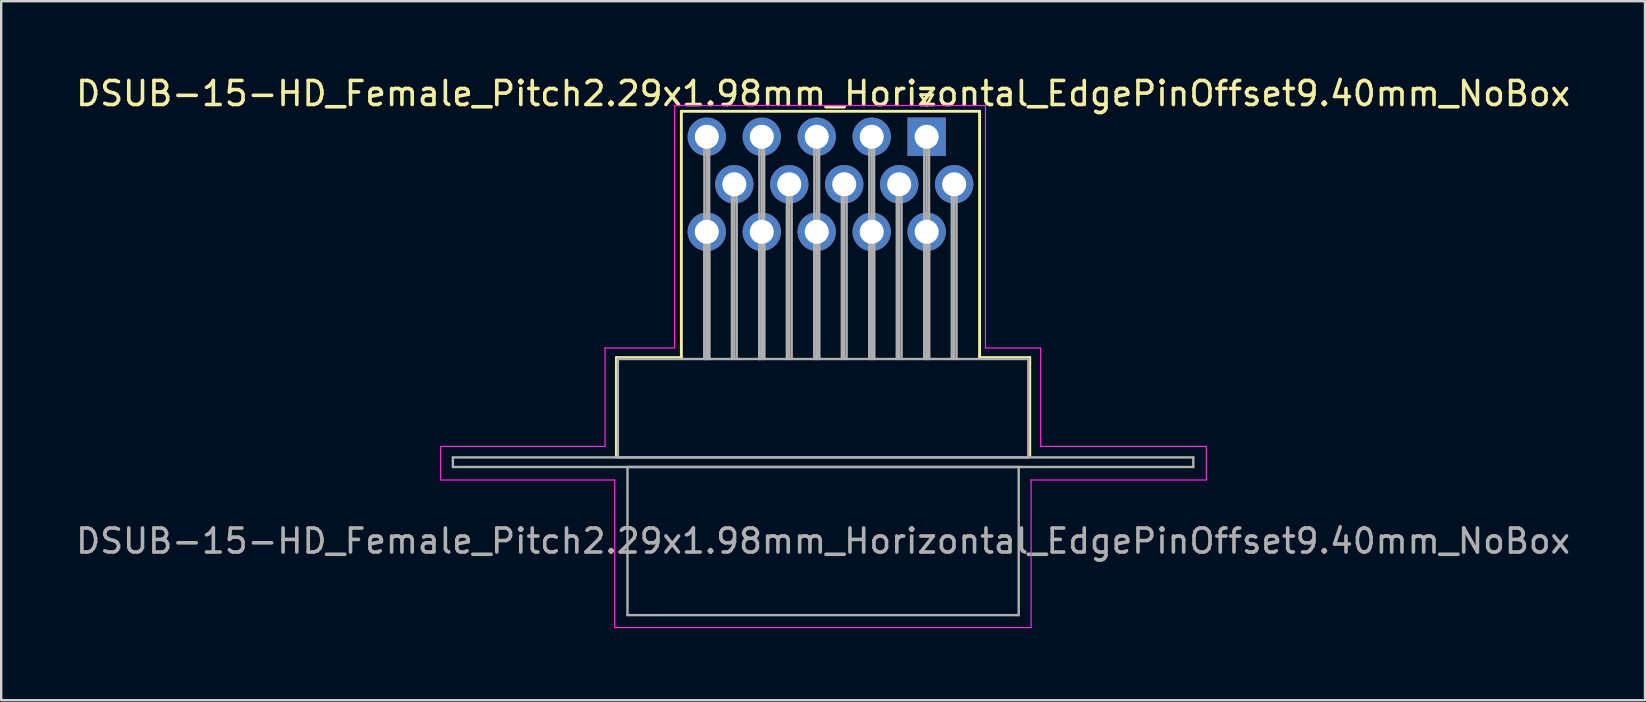
<source format=kicad_pcb>
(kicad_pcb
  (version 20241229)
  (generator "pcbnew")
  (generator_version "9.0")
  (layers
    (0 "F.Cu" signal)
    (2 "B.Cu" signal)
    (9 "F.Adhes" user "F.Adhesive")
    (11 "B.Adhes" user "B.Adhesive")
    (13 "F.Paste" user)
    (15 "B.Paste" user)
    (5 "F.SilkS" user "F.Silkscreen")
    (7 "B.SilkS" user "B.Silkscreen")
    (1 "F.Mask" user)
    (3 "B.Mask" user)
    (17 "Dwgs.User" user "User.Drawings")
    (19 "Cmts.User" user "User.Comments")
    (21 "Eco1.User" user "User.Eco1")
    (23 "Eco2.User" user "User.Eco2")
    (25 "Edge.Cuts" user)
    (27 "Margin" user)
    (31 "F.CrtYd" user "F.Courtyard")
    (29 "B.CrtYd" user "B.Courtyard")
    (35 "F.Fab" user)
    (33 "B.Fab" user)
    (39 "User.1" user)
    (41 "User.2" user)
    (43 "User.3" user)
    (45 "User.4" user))
  (footprint "DSUB-15-HD_Female_Pitch2.29x1.98mm_Horizontal_EdgePinOffset9.40mm_NoBox"
    (layer "F.Cu")
    (at 35.559 2.648)
    (property "Reference" "DSUB-15-HD_Female_Pitch2.29x1.98mm_Horizontal_EdgePinOffset9.40mm_NoBox" (at -4.315 -1.8 0) (layer "F.SilkS") (effects (font (size 1 1) (thickness 0.15))))
    (attr through_hole)
    (fp_line (start -12.925 9.2) (end -10.22 9.2) (stroke (width 0.12) (type solid)) (layer "F.SilkS"))
    (fp_line (start -12.925 13.3) (end -12.925 9.2) (stroke (width 0.12) (type solid)) (layer "F.SilkS"))
    (fp_line (start -10.22 -1.06) (end 2.205 -1.06) (stroke (width 0.12) (type solid)) (layer "F.SilkS"))
    (fp_line (start -10.22 9.2) (end -10.22 -1.06) (stroke (width 0.12) (type solid)) (layer "F.SilkS"))
    (fp_line (start -0.25 -1.754) (end 0.25 -1.754) (stroke (width 0.12) (type solid)) (layer "F.SilkS"))
    (fp_line (start 0 -1.321) (end -0.25 -1.754) (stroke (width 0.12) (type solid)) (layer "F.SilkS"))
    (fp_line (start 0.25 -1.754) (end 0 -1.321) (stroke (width 0.12) (type solid)) (layer "F.SilkS"))
    (fp_line (start 2.205 -1.06) (end 2.205 9.2) (stroke (width 0.12) (type solid)) (layer "F.SilkS"))
    (fp_line (start 2.205 9.2) (end 4.295 9.2) (stroke (width 0.12) (type solid)) (layer "F.SilkS"))
    (fp_line (start 4.295 9.2) (end 4.295 13.3) (stroke (width 0.12) (type solid)) (layer "F.SilkS"))
    (fp_line (start -20.25 12.9) (end -13.4 12.9) (stroke (width 0.05) (type solid)) (layer "F.CrtYd"))
    (fp_line (start -20.25 14.3) (end -20.25 12.9) (stroke (width 0.05) (type solid)) (layer "F.CrtYd"))
    (fp_line (start -13.4 8.8) (end -10.5 8.8) (stroke (width 0.05) (type solid)) (layer "F.CrtYd"))
    (fp_line (start -13.4 12.9) (end -13.4 8.8) (stroke (width 0.05) (type solid)) (layer "F.CrtYd"))
    (fp_line (start -13 14.3) (end -20.25 14.3) (stroke (width 0.05) (type solid)) (layer "F.CrtYd"))
    (fp_line (start -13 20.45) (end -13 14.3) (stroke (width 0.05) (type solid)) (layer "F.CrtYd"))
    (fp_line (start -10.5 -1.3) (end 2.45 -1.3) (stroke (width 0.05) (type solid)) (layer "F.CrtYd"))
    (fp_line (start -10.5 8.8) (end -10.5 -1.3) (stroke (width 0.05) (type solid)) (layer "F.CrtYd"))
    (fp_line (start 2.45 -1.3) (end 2.45 8.8) (stroke (width 0.05) (type solid)) (layer "F.CrtYd"))
    (fp_line (start 2.45 8.8) (end 4.75 8.8) (stroke (width 0.05) (type solid)) (layer "F.CrtYd"))
    (fp_line (start 4.35 14.3) (end 4.35 20.45) (stroke (width 0.05) (type solid)) (layer "F.CrtYd"))
    (fp_line (start 4.35 20.45) (end -13 20.45) (stroke (width 0.05) (type solid)) (layer "F.CrtYd"))
    (fp_line (start 4.75 8.8) (end 4.75 12.9) (stroke (width 0.05) (type solid)) (layer "F.CrtYd"))
    (fp_line (start 4.75 12.9) (end 11.65 12.9) (stroke (width 0.05) (type solid)) (layer "F.CrtYd"))
    (fp_line (start 11.65 12.9) (end 11.65 14.3) (stroke (width 0.05) (type solid)) (layer "F.CrtYd"))
    (fp_line (start 11.65 14.3) (end 4.35 14.3) (stroke (width 0.05) (type solid)) (layer "F.CrtYd"))
    (fp_line (start -19.74 13.36) (end -19.74 13.76) (stroke (width 0.1) (type solid)) (layer "F.Fab"))
    (fp_line (start -19.74 13.76) (end 11.11 13.76) (stroke (width 0.1) (type solid)) (layer "F.Fab"))
    (fp_line (start -12.865 9.26) (end -12.865 13.36) (stroke (width 0.1) (type solid)) (layer "F.Fab"))
    (fp_line (start -12.865 13.36) (end 4.235 13.36) (stroke (width 0.1) (type solid)) (layer "F.Fab"))
    (fp_line (start -12.465 13.76) (end -12.465 19.93) (stroke (width 0.1) (type solid)) (layer "F.Fab"))
    (fp_line (start -12.465 19.93) (end 3.835 19.93) (stroke (width 0.1) (type solid)) (layer "F.Fab"))
    (fp_line (start -9.26 0) (end -9.26 9.26) (stroke (width 0.1) (type solid)) (layer "F.Fab"))
    (fp_line (start -9.26 3.96) (end -9.26 9.26) (stroke (width 0.1) (type solid)) (layer "F.Fab"))
    (fp_line (start -9.16 0) (end -9.16 9.26) (stroke (width 0.1) (type solid)) (layer "F.Fab"))
    (fp_line (start -9.16 3.96) (end -9.16 9.26) (stroke (width 0.1) (type solid)) (layer "F.Fab"))
    (fp_line (start -9.06 0) (end -9.06 9.26) (stroke (width 0.1) (type solid)) (layer "F.Fab"))
    (fp_line (start -9.06 3.96) (end -9.06 9.26) (stroke (width 0.1) (type solid)) (layer "F.Fab"))
    (fp_line (start -8.115 1.98) (end -8.115 9.26) (stroke (width 0.1) (type solid)) (layer "F.Fab"))
    (fp_line (start -8.015 1.98) (end -8.015 9.26) (stroke (width 0.1) (type solid)) (layer "F.Fab"))
    (fp_line (start -7.915 1.98) (end -7.915 9.26) (stroke (width 0.1) (type solid)) (layer "F.Fab"))
    (fp_line (start -6.97 0) (end -6.97 9.26) (stroke (width 0.1) (type solid)) (layer "F.Fab"))
    (fp_line (start -6.97 3.96) (end -6.97 9.26) (stroke (width 0.1) (type solid)) (layer "F.Fab"))
    (fp_line (start -6.87 0) (end -6.87 9.26) (stroke (width 0.1) (type solid)) (layer "F.Fab"))
    (fp_line (start -6.87 3.96) (end -6.87 9.26) (stroke (width 0.1) (type solid)) (layer "F.Fab"))
    (fp_line (start -6.77 0) (end -6.77 9.26) (stroke (width 0.1) (type solid)) (layer "F.Fab"))
    (fp_line (start -6.77 3.96) (end -6.77 9.26) (stroke (width 0.1) (type solid)) (layer "F.Fab"))
    (fp_line (start -5.825 1.98) (end -5.825 9.26) (stroke (width 0.1) (type solid)) (layer "F.Fab"))
    (fp_line (start -5.725 1.98) (end -5.725 9.26) (stroke (width 0.1) (type solid)) (layer "F.Fab"))
    (fp_line (start -5.625 1.98) (end -5.625 9.26) (stroke (width 0.1) (type solid)) (layer "F.Fab"))
    (fp_line (start -4.68 0) (end -4.68 9.26) (stroke (width 0.1) (type solid)) (layer "F.Fab"))
    (fp_line (start -4.68 3.96) (end -4.68 9.26) (stroke (width 0.1) (type solid)) (layer "F.Fab"))
    (fp_line (start -4.58 0) (end -4.58 9.26) (stroke (width 0.1) (type solid)) (layer "F.Fab"))
    (fp_line (start -4.58 3.96) (end -4.58 9.26) (stroke (width 0.1) (type solid)) (layer "F.Fab"))
    (fp_line (start -4.48 0) (end -4.48 9.26) (stroke (width 0.1) (type solid)) (layer "F.Fab"))
    (fp_line (start -4.48 3.96) (end -4.48 9.26) (stroke (width 0.1) (type solid)) (layer "F.Fab"))
    (fp_line (start -3.535 1.98) (end -3.535 9.26) (stroke (width 0.1) (type solid)) (layer "F.Fab"))
    (fp_line (start -3.435 1.98) (end -3.435 9.26) (stroke (width 0.1) (type solid)) (layer "F.Fab"))
    (fp_line (start -3.335 1.98) (end -3.335 9.26) (stroke (width 0.1) (type solid)) (layer "F.Fab"))
    (fp_line (start -2.39 0) (end -2.39 9.26) (stroke (width 0.1) (type solid)) (layer "F.Fab"))
    (fp_line (start -2.39 3.96) (end -2.39 9.26) (stroke (width 0.1) (type solid)) (layer "F.Fab"))
    (fp_line (start -2.29 0) (end -2.29 9.26) (stroke (width 0.1) (type solid)) (layer "F.Fab"))
    (fp_line (start -2.29 3.96) (end -2.29 9.26) (stroke (width 0.1) (type solid)) (layer "F.Fab"))
    (fp_line (start -2.19 0) (end -2.19 9.26) (stroke (width 0.1) (type solid)) (layer "F.Fab"))
    (fp_line (start -2.19 3.96) (end -2.19 9.26) (stroke (width 0.1) (type solid)) (layer "F.Fab"))
    (fp_line (start -1.245 1.98) (end -1.245 9.26) (stroke (width 0.1) (type solid)) (layer "F.Fab"))
    (fp_line (start -1.145 1.98) (end -1.145 9.26) (stroke (width 0.1) (type solid)) (layer "F.Fab"))
    (fp_line (start -1.045 1.98) (end -1.045 9.26) (stroke (width 0.1) (type solid)) (layer "F.Fab"))
    (fp_line (start -0.1 0) (end -0.1 9.26) (stroke (width 0.1) (type solid)) (layer "F.Fab"))
    (fp_line (start -0.1 3.96) (end -0.1 9.26) (stroke (width 0.1) (type solid)) (layer "F.Fab"))
    (fp_line (start 0 0) (end 0 9.26) (stroke (width 0.1) (type solid)) (layer "F.Fab"))
    (fp_line (start 0 3.96) (end 0 9.26) (stroke (width 0.1) (type solid)) (layer "F.Fab"))
    (fp_line (start 0.1 0) (end 0.1 9.26) (stroke (width 0.1) (type solid)) (layer "F.Fab"))
    (fp_line (start 0.1 3.96) (end 0.1 9.26) (stroke (width 0.1) (type solid)) (layer "F.Fab"))
    (fp_line (start 1.045 1.98) (end 1.045 9.26) (stroke (width 0.1) (type solid)) (layer "F.Fab"))
    (fp_line (start 1.145 1.98) (end 1.145 9.26) (stroke (width 0.1) (type solid)) (layer "F.Fab"))
    (fp_line (start 1.245 1.98) (end 1.245 9.26) (stroke (width 0.1) (type solid)) (layer "F.Fab"))
    (fp_line (start 3.835 13.76) (end -12.465 13.76) (stroke (width 0.1) (type solid)) (layer "F.Fab"))
    (fp_line (start 3.835 19.93) (end 3.835 13.76) (stroke (width 0.1) (type solid)) (layer "F.Fab"))
    (fp_line (start 4.235 9.26) (end -12.865 9.26) (stroke (width 0.1) (type solid)) (layer "F.Fab"))
    (fp_line (start 4.235 13.36) (end 4.235 9.26) (stroke (width 0.1) (type solid)) (layer "F.Fab"))
    (fp_line (start 11.11 13.36) (end -19.74 13.36) (stroke (width 0.1) (type solid)) (layer "F.Fab"))
    (fp_line (start 11.11 13.76) (end 11.11 13.36) (stroke (width 0.1) (type solid)) (layer "F.Fab"))
    (fp_text user "${REFERENCE}" (at -4.315 16.845 0) (layer "F.Fab") (effects (font (size 1 1) (thickness 0.15))))
    (pad "1" thru_hole rect (at 0 0) (size 1.6 1.6) (drill 1) (layers "*.Cu" "*.Mask"))
    (pad "2" thru_hole circle (at -2.29 0) (size 1.6 1.6) (drill 1) (layers "*.Cu" "*.Mask"))
    (pad "3" thru_hole circle (at -4.58 0) (size 1.6 1.6) (drill 1) (layers "*.Cu" "*.Mask"))
    (pad "4" thru_hole circle (at -6.87 0) (size 1.6 1.6) (drill 1) (layers "*.Cu" "*.Mask"))
    (pad "5" thru_hole circle (at -9.16 0) (size 1.6 1.6) (drill 1) (layers "*.Cu" "*.Mask"))
    (pad "6" thru_hole circle (at 1.145 1.98) (size 1.6 1.6) (drill 1) (layers "*.Cu" "*.Mask"))
    (pad "7" thru_hole circle (at -1.145 1.98) (size 1.6 1.6) (drill 1) (layers "*.Cu" "*.Mask"))
    (pad "8" thru_hole circle (at -3.435 1.98) (size 1.6 1.6) (drill 1) (layers "*.Cu" "*.Mask"))
    (pad "9" thru_hole circle (at -5.725 1.98) (size 1.6 1.6) (drill 1) (layers "*.Cu" "*.Mask"))
    (pad "10" thru_hole circle (at -8.015 1.98) (size 1.6 1.6) (drill 1) (layers "*.Cu" "*.Mask"))
    (pad "11" thru_hole circle (at 0 3.96) (size 1.6 1.6) (drill 1) (layers "*.Cu" "*.Mask"))
    (pad "12" thru_hole circle (at -2.29 3.96) (size 1.6 1.6) (drill 1) (layers "*.Cu" "*.Mask"))
    (pad "13" thru_hole circle (at -4.58 3.96) (size 1.6 1.6) (drill 1) (layers "*.Cu" "*.Mask"))
    (pad "14" thru_hole circle (at -6.87 3.96) (size 1.6 1.6) (drill 1) (layers "*.Cu" "*.Mask"))
    (pad "15" thru_hole circle (at -9.16 3.96) (size 1.6 1.6) (drill 1) (layers "*.Cu" "*.Mask")))
  (gr_rect
    (start -3 -3)
    (end 65.488 26.123)
    (stroke (width 0.1) (type default))
    (fill no)
    (layer "Edge.Cuts")))
</source>
